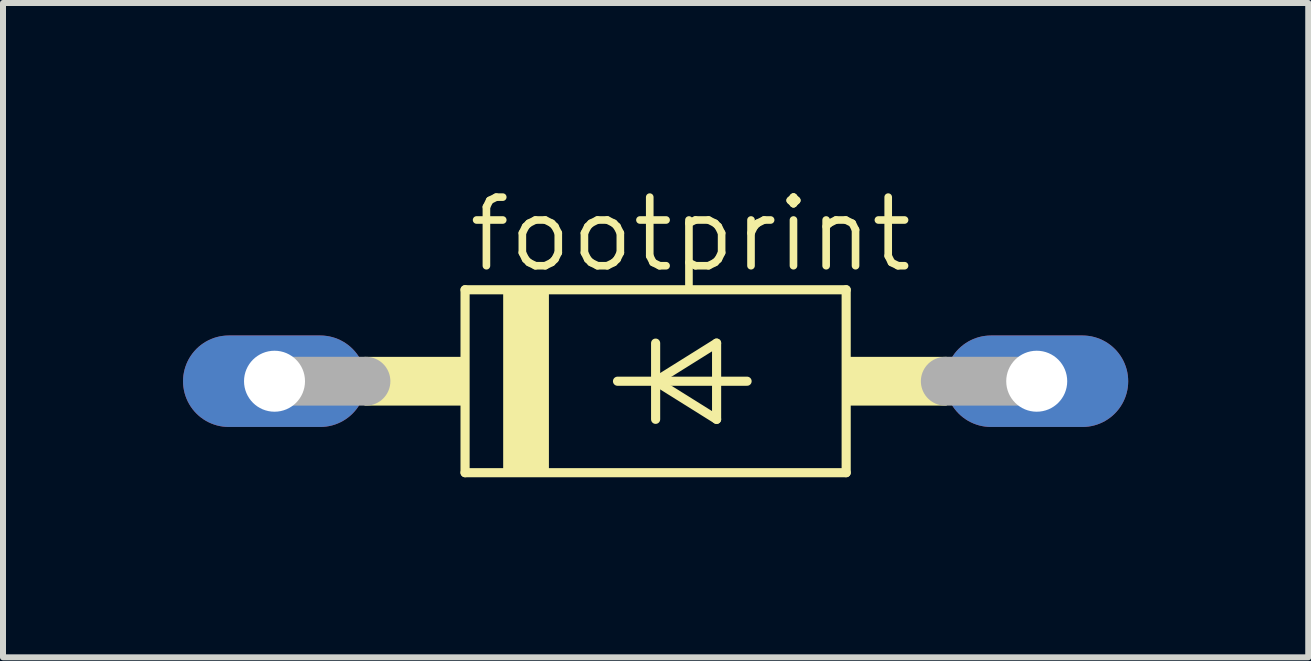
<source format=kicad_pcb>
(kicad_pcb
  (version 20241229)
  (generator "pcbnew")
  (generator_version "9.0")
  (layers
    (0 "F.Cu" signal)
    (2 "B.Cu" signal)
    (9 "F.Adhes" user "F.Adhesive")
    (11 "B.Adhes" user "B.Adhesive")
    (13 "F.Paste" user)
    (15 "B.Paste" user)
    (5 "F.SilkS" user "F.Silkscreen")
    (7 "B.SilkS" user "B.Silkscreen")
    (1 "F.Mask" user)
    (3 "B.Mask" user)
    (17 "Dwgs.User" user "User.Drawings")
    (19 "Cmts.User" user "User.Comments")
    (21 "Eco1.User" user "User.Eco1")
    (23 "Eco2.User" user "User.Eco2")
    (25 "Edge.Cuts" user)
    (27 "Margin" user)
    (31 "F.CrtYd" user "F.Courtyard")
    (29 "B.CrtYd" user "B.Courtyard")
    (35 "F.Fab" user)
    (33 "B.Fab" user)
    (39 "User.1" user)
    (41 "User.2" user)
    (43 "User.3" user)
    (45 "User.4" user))
  (footprint "footprint"
    (layer "F.Cu")
    (at 7.874 3.302)
    (property "Reference" "footprint" (at -3.175 -1.778 0) (layer "F.SilkS") (effects (font (size 1.143 1.143) (thickness 0.127)) (justify left bottom)))
    (fp_line (start -3.175 -1.524) (end -3.175 1.524) (stroke (width 0.152) (type solid)) (layer "F.SilkS"))
    (fp_line (start -3.175 1.524) (end 3.175 1.524) (stroke (width 0.152) (type solid)) (layer "F.SilkS"))
    (fp_line (start -0.635 0) (end 0 0) (stroke (width 0.152) (type solid)) (layer "F.SilkS"))
    (fp_line (start 0 -0.635) (end 0 0) (stroke (width 0.152) (type solid)) (layer "F.SilkS"))
    (fp_line (start 0 0) (end 0 0.635) (stroke (width 0.152) (type solid)) (layer "F.SilkS"))
    (fp_line (start 0 0) (end 1.016 -0.635) (stroke (width 0.152) (type solid)) (layer "F.SilkS"))
    (fp_line (start 0 0) (end 1.524 0) (stroke (width 0.152) (type solid)) (layer "F.SilkS"))
    (fp_line (start 1.016 -0.635) (end 1.016 0.635) (stroke (width 0.152) (type solid)) (layer "F.SilkS"))
    (fp_line (start 1.016 0.635) (end 0 0) (stroke (width 0.152) (type solid)) (layer "F.SilkS"))
    (fp_line (start 3.175 -1.524) (end -3.175 -1.524) (stroke (width 0.152) (type solid)) (layer "F.SilkS"))
    (fp_line (start 3.175 1.524) (end 3.175 -1.524) (stroke (width 0.152) (type solid)) (layer "F.SilkS"))
    (fp_poly (pts (xy -4.851 0.406) (xy -3.175 0.406) (xy -3.175 -0.406) (xy -4.851 -0.406)) (stroke (width 0) (type solid)) (fill yes) (layer "F.SilkS"))
    (fp_poly (pts (xy -2.54 1.524) (xy -1.778 1.524) (xy -1.778 -1.524) (xy -2.54 -1.524)) (stroke (width 0) (type solid)) (fill yes) (layer "F.SilkS"))
    (fp_poly (pts (xy 3.175 0.406) (xy 4.851 0.406) (xy 4.851 -0.406) (xy 3.175 -0.406)) (stroke (width 0) (type solid)) (fill yes) (layer "F.SilkS"))
    (fp_line (start -6.35 0) (end -4.826 0) (stroke (width 0.813) (type solid)) (layer "F.Fab"))
    (fp_line (start 6.35 0) (end 4.826 0) (stroke (width 0.813) (type solid)) (layer "F.Fab"))
    (pad "A" thru_hole oval (at 6.35 0) (size 3.048 1.524) (drill 1.016) (layers "*.Cu" "*.Mask"))
    (pad "C" thru_hole oval (at -6.35 0) (size 3.048 1.524) (drill 1.016) (layers "*.Cu" "*.Mask")))
  (gr_rect
    (start -3 -3)
    (end 18.748 7.902)
    (stroke (width 0.1) (type default))
    (fill no)
    (layer "Edge.Cuts")))
</source>
